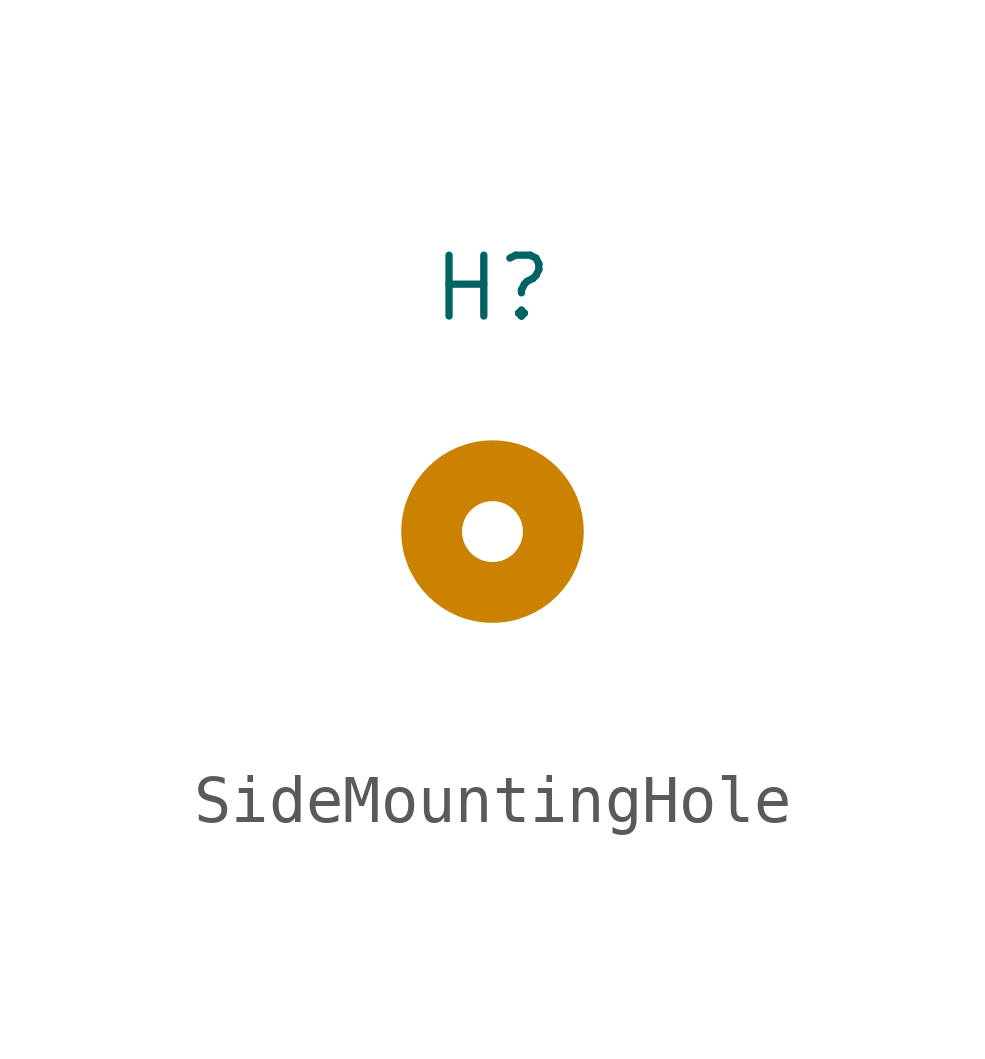
<source format=kicad_sym>
(kicad_symbol_lib
  (version 20231120)
  (generator "kicad_symbol_editor")
  (generator_version "8.0")
  (symbol "SideMountingHole"
    (pin_numbers hide)
    (pin_names
      (offset 1.016) hide)
    (property "Reference" "H"
      (at 0 6.35 0)
      (effects (font (size 1.27 1.27))))
    (symbol "SideMountingHole_1_1"
      (circle (center 0 1.27) (radius 1.27) (stroke (width 1.27) (type solid) (color 203 130 1 1)) (fill (type none)))
      (pin no_connect line (at 0 -2.54 90) (length 2.54) hide (name "1" (effects (font (size 1.27 1.27)))) (number "1" (effects (font (size 1.27 1.27))))))))
</source>
